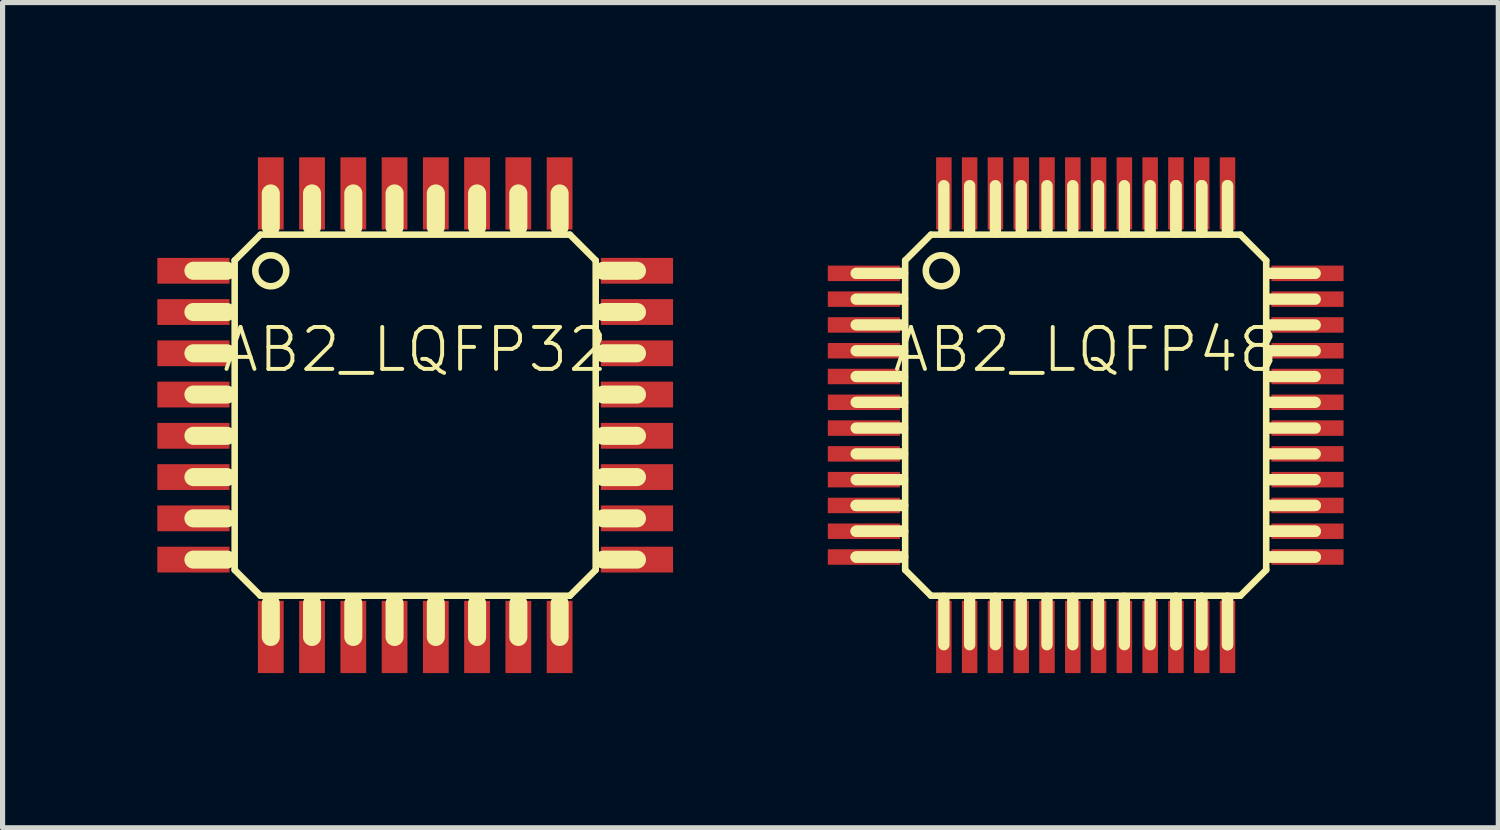
<source format=kicad_pcb>
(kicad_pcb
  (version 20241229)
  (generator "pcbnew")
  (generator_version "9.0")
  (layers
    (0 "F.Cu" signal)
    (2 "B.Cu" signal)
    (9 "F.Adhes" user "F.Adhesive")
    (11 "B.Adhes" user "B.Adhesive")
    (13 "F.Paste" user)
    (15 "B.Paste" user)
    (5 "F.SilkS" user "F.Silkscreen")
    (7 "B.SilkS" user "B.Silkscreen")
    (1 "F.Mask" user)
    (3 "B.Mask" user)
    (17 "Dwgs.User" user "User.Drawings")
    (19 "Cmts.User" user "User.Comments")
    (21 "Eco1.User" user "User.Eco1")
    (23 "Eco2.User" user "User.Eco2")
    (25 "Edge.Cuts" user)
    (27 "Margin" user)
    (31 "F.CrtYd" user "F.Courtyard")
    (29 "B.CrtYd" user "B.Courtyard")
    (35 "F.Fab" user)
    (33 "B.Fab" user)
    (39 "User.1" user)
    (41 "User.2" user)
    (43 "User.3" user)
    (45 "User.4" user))
  (footprint "AB2_LQFP32"
    (layer "F.Cu")
    (at 5 5)
    (property "Reference" "AB2_LQFP32" (at 0 -1.27 0) (layer "F.SilkS") (effects (font (size 0.813 0.813) (thickness 0.076))))
    (attr through_hole)
    (fp_line (start -3.65 -2.8) (end -4.3 -2.8) (stroke (width 0.35) (type solid)) (layer "F.SilkS"))
    (fp_line (start -3.65 -2) (end -4.3 -2) (stroke (width 0.35) (type solid)) (layer "F.SilkS"))
    (fp_line (start -3.65 -1.2) (end -4.3 -1.2) (stroke (width 0.35) (type solid)) (layer "F.SilkS"))
    (fp_line (start -3.65 -0.4) (end -4.3 -0.4) (stroke (width 0.35) (type solid)) (layer "F.SilkS"))
    (fp_line (start -3.65 0.4) (end -4.3 0.4) (stroke (width 0.35) (type solid)) (layer "F.SilkS"))
    (fp_line (start -3.65 1.2) (end -4.3 1.2) (stroke (width 0.35) (type solid)) (layer "F.SilkS"))
    (fp_line (start -3.65 2) (end -4.3 2) (stroke (width 0.35) (type solid)) (layer "F.SilkS"))
    (fp_line (start -3.65 2.8) (end -4.3 2.8) (stroke (width 0.35) (type solid)) (layer "F.SilkS"))
    (fp_line (start -3.5 -3) (end -3 -3.5) (stroke (width 0.127) (type solid)) (layer "F.SilkS"))
    (fp_line (start -3.5 3) (end -3.5 -3) (stroke (width 0.127) (type solid)) (layer "F.SilkS"))
    (fp_line (start -3 -3.5) (end 3 -3.5) (stroke (width 0.127) (type solid)) (layer "F.SilkS"))
    (fp_line (start -3 3.5) (end -3.5 3) (stroke (width 0.127) (type solid)) (layer "F.SilkS"))
    (fp_line (start -2.8 -4.3) (end -2.8 -3.65) (stroke (width 0.35) (type solid)) (layer "F.SilkS"))
    (fp_line (start -2.8 3.65) (end -2.8 4.3) (stroke (width 0.35) (type solid)) (layer "F.SilkS"))
    (fp_line (start -2 -4.3) (end -2 -3.65) (stroke (width 0.35) (type solid)) (layer "F.SilkS"))
    (fp_line (start -2 3.65) (end -2 4.3) (stroke (width 0.35) (type solid)) (layer "F.SilkS"))
    (fp_line (start -1.2 -4.3) (end -1.2 -3.65) (stroke (width 0.35) (type solid)) (layer "F.SilkS"))
    (fp_line (start -1.2 3.65) (end -1.2 4.3) (stroke (width 0.35) (type solid)) (layer "F.SilkS"))
    (fp_line (start -0.4 -4.3) (end -0.4 -3.65) (stroke (width 0.35) (type solid)) (layer "F.SilkS"))
    (fp_line (start -0.4 3.65) (end -0.4 4.3) (stroke (width 0.35) (type solid)) (layer "F.SilkS"))
    (fp_line (start 0.4 -4.3) (end 0.4 -3.65) (stroke (width 0.35) (type solid)) (layer "F.SilkS"))
    (fp_line (start 0.4 3.65) (end 0.4 4.3) (stroke (width 0.35) (type solid)) (layer "F.SilkS"))
    (fp_line (start 1.2 -4.3) (end 1.2 -3.65) (stroke (width 0.35) (type solid)) (layer "F.SilkS"))
    (fp_line (start 1.2 3.65) (end 1.2 4.3) (stroke (width 0.35) (type solid)) (layer "F.SilkS"))
    (fp_line (start 2 -4.3) (end 2 -3.65) (stroke (width 0.35) (type solid)) (layer "F.SilkS"))
    (fp_line (start 2 3.65) (end 2 4.3) (stroke (width 0.35) (type solid)) (layer "F.SilkS"))
    (fp_line (start 2.8 -4.3) (end 2.8 -3.65) (stroke (width 0.35) (type solid)) (layer "F.SilkS"))
    (fp_line (start 2.8 3.65) (end 2.8 4.3) (stroke (width 0.35) (type solid)) (layer "F.SilkS"))
    (fp_line (start 3 -3.5) (end 3.5 -3) (stroke (width 0.127) (type solid)) (layer "F.SilkS"))
    (fp_line (start 3 3.5) (end -3 3.5) (stroke (width 0.127) (type solid)) (layer "F.SilkS"))
    (fp_line (start 3.5 -3) (end 3.5 3) (stroke (width 0.127) (type solid)) (layer "F.SilkS"))
    (fp_line (start 3.5 3) (end 3 3.5) (stroke (width 0.127) (type solid)) (layer "F.SilkS"))
    (fp_line (start 4.3 -2.8) (end 3.65 -2.8) (stroke (width 0.35) (type solid)) (layer "F.SilkS"))
    (fp_line (start 4.3 -2) (end 3.65 -2) (stroke (width 0.35) (type solid)) (layer "F.SilkS"))
    (fp_line (start 4.3 -1.2) (end 3.65 -1.2) (stroke (width 0.35) (type solid)) (layer "F.SilkS"))
    (fp_line (start 4.3 -0.4) (end 3.65 -0.4) (stroke (width 0.35) (type solid)) (layer "F.SilkS"))
    (fp_line (start 4.3 0.4) (end 3.65 0.4) (stroke (width 0.35) (type solid)) (layer "F.SilkS"))
    (fp_line (start 4.3 1.2) (end 3.65 1.2) (stroke (width 0.35) (type solid)) (layer "F.SilkS"))
    (fp_line (start 4.3 2) (end 3.65 2) (stroke (width 0.35) (type solid)) (layer "F.SilkS"))
    (fp_line (start 4.3 2.8) (end 3.65 2.8) (stroke (width 0.35) (type solid)) (layer "F.SilkS"))
    (fp_circle (center -2.8 -2.8) (end -2.8 -3.1) (stroke (width 0.127) (type solid)) (fill no) (layer "F.SilkS"))
    (pad "1" smd rect (at -4.3 -2.8) (size 1.4 0.5) (layers "F.Cu" "F.Mask" "F.Paste"))
    (pad "2" smd rect (at -4.3 -2) (size 1.4 0.5) (layers "F.Cu" "F.Mask" "F.Paste"))
    (pad "3" smd rect (at -4.3 -1.2) (size 1.4 0.5) (layers "F.Cu" "F.Mask" "F.Paste"))
    (pad "4" smd rect (at -4.3 -0.4) (size 1.4 0.5) (layers "F.Cu" "F.Mask" "F.Paste"))
    (pad "5" smd rect (at -4.3 0.4) (size 1.4 0.5) (layers "F.Cu" "F.Mask" "F.Paste"))
    (pad "6" smd rect (at -4.3 1.2) (size 1.4 0.5) (layers "F.Cu" "F.Mask" "F.Paste"))
    (pad "7" smd rect (at -4.3 2) (size 1.4 0.5) (layers "F.Cu" "F.Mask" "F.Paste"))
    (pad "8" smd rect (at -4.3 2.8) (size 1.4 0.5) (layers "F.Cu" "F.Mask" "F.Paste"))
    (pad "9" smd rect (at -2.8 4.3) (size 0.5 1.4) (layers "F.Cu" "F.Mask" "F.Paste"))
    (pad "10" smd rect (at -2 4.3) (size 0.5 1.4) (layers "F.Cu" "F.Mask" "F.Paste"))
    (pad "11" smd rect (at -1.2 4.3) (size 0.5 1.4) (layers "F.Cu" "F.Mask" "F.Paste"))
    (pad "12" smd rect (at -0.4 4.3) (size 0.5 1.4) (layers "F.Cu" "F.Mask" "F.Paste"))
    (pad "13" smd rect (at 0.4 4.3) (size 0.5 1.4) (layers "F.Cu" "F.Mask" "F.Paste"))
    (pad "14" smd rect (at 1.2 4.3) (size 0.5 1.4) (layers "F.Cu" "F.Mask" "F.Paste"))
    (pad "15" smd rect (at 2 4.3) (size 0.5 1.4) (layers "F.Cu" "F.Mask" "F.Paste"))
    (pad "16" smd rect (at 2.8 4.3) (size 0.5 1.4) (layers "F.Cu" "F.Mask" "F.Paste"))
    (pad "17" smd rect (at 4.3 2.8) (size 1.4 0.5) (layers "F.Cu" "F.Mask" "F.Paste"))
    (pad "18" smd rect (at 4.3 2) (size 1.4 0.5) (layers "F.Cu" "F.Mask" "F.Paste"))
    (pad "19" smd rect (at 4.3 1.2) (size 1.4 0.5) (layers "F.Cu" "F.Mask" "F.Paste"))
    (pad "20" smd rect (at 4.3 0.4) (size 1.4 0.5) (layers "F.Cu" "F.Mask" "F.Paste"))
    (pad "21" smd rect (at 4.3 -0.4) (size 1.4 0.5) (layers "F.Cu" "F.Mask" "F.Paste"))
    (pad "22" smd rect (at 4.3 -1.2) (size 1.4 0.5) (layers "F.Cu" "F.Mask" "F.Paste"))
    (pad "23" smd rect (at 4.3 -2) (size 1.4 0.5) (layers "F.Cu" "F.Mask" "F.Paste"))
    (pad "24" smd rect (at 4.3 -2.8) (size 1.4 0.5) (layers "F.Cu" "F.Mask" "F.Paste"))
    (pad "25" smd rect (at 2.8 -4.3) (size 0.5 1.4) (layers "F.Cu" "F.Mask" "F.Paste"))
    (pad "26" smd rect (at 2 -4.3) (size 0.5 1.4) (layers "F.Cu" "F.Mask" "F.Paste"))
    (pad "27" smd rect (at 1.2 -4.3) (size 0.5 1.4) (layers "F.Cu" "F.Mask" "F.Paste"))
    (pad "28" smd rect (at 0.4 -4.3) (size 0.5 1.4) (layers "F.Cu" "F.Mask" "F.Paste"))
    (pad "29" smd rect (at -0.4 -4.3) (size 0.5 1.4) (layers "F.Cu" "F.Mask" "F.Paste"))
    (pad "30" smd rect (at -1.2 -4.3) (size 0.5 1.4) (layers "F.Cu" "F.Mask" "F.Paste"))
    (pad "31" smd rect (at -2 -4.3) (size 0.5 1.4) (layers "F.Cu" "F.Mask" "F.Paste"))
    (pad "32" smd rect (at -2.8 -4.3) (size 0.5 1.4) (layers "F.Cu" "F.Mask" "F.Paste")))
  (footprint "AB2_LQFP48"
    (layer "F.Cu")
    (at 18 5)
    (property "Reference" "AB2_LQFP48" (at 0 -1.27 0) (layer "F.SilkS") (effects (font (size 0.813 0.813) (thickness 0.076))))
    (attr through_hole)
    (fp_line (start -3.55 -2.75) (end -4.45 -2.75) (stroke (width 0.22) (type solid)) (layer "F.SilkS"))
    (fp_line (start -3.55 -2.25) (end -4.45 -2.25) (stroke (width 0.22) (type solid)) (layer "F.SilkS"))
    (fp_line (start -3.55 -1.75) (end -4.45 -1.75) (stroke (width 0.22) (type solid)) (layer "F.SilkS"))
    (fp_line (start -3.55 -1.25) (end -4.45 -1.25) (stroke (width 0.22) (type solid)) (layer "F.SilkS"))
    (fp_line (start -3.55 -0.75) (end -4.45 -0.75) (stroke (width 0.22) (type solid)) (layer "F.SilkS"))
    (fp_line (start -3.55 -0.25) (end -4.45 -0.25) (stroke (width 0.22) (type solid)) (layer "F.SilkS"))
    (fp_line (start -3.55 0.25) (end -4.45 0.25) (stroke (width 0.22) (type solid)) (layer "F.SilkS"))
    (fp_line (start -3.55 0.75) (end -4.45 0.75) (stroke (width 0.22) (type solid)) (layer "F.SilkS"))
    (fp_line (start -3.55 1.25) (end -4.45 1.25) (stroke (width 0.22) (type solid)) (layer "F.SilkS"))
    (fp_line (start -3.55 1.75) (end -4.45 1.75) (stroke (width 0.22) (type solid)) (layer "F.SilkS"))
    (fp_line (start -3.55 1.75) (end -4.45 1.75) (stroke (width 0.22) (type solid)) (layer "F.SilkS"))
    (fp_line (start -3.55 2.25) (end -4.45 2.25) (stroke (width 0.22) (type solid)) (layer "F.SilkS"))
    (fp_line (start -3.55 2.25) (end -4.45 2.25) (stroke (width 0.22) (type solid)) (layer "F.SilkS"))
    (fp_line (start -3.55 2.75) (end -4.45 2.75) (stroke (width 0.22) (type solid)) (layer "F.SilkS"))
    (fp_line (start -3.55 2.75) (end -4.45 2.75) (stroke (width 0.22) (type solid)) (layer "F.SilkS"))
    (fp_line (start -3.5 -3) (end -3 -3.5) (stroke (width 0.127) (type solid)) (layer "F.SilkS"))
    (fp_line (start -3.5 3) (end -3.5 -3) (stroke (width 0.127) (type solid)) (layer "F.SilkS"))
    (fp_line (start -3 -3.5) (end 3 -3.5) (stroke (width 0.127) (type solid)) (layer "F.SilkS"))
    (fp_line (start -3 3.5) (end -3.5 3) (stroke (width 0.127) (type solid)) (layer "F.SilkS"))
    (fp_line (start -2.75 -4.45) (end -2.75 -3.55) (stroke (width 0.22) (type solid)) (layer "F.SilkS"))
    (fp_line (start -2.75 3.55) (end -2.75 4.45) (stroke (width 0.22) (type solid)) (layer "F.SilkS"))
    (fp_line (start -2.25 -4.45) (end -2.25 -3.55) (stroke (width 0.22) (type solid)) (layer "F.SilkS"))
    (fp_line (start -2.25 3.55) (end -2.25 4.45) (stroke (width 0.22) (type solid)) (layer "F.SilkS"))
    (fp_line (start -1.75 -4.45) (end -1.75 -3.55) (stroke (width 0.22) (type solid)) (layer "F.SilkS"))
    (fp_line (start -1.75 3.55) (end -1.75 4.45) (stroke (width 0.22) (type solid)) (layer "F.SilkS"))
    (fp_line (start -1.25 -4.45) (end -1.25 -3.55) (stroke (width 0.22) (type solid)) (layer "F.SilkS"))
    (fp_line (start -1.25 3.55) (end -1.25 4.45) (stroke (width 0.22) (type solid)) (layer "F.SilkS"))
    (fp_line (start -0.75 -4.45) (end -0.75 -3.55) (stroke (width 0.22) (type solid)) (layer "F.SilkS"))
    (fp_line (start -0.75 3.55) (end -0.75 4.45) (stroke (width 0.22) (type solid)) (layer "F.SilkS"))
    (fp_line (start -0.25 -4.45) (end -0.25 -3.55) (stroke (width 0.22) (type solid)) (layer "F.SilkS"))
    (fp_line (start -0.25 3.55) (end -0.25 4.45) (stroke (width 0.22) (type solid)) (layer "F.SilkS"))
    (fp_line (start 0.25 -4.45) (end 0.25 -3.55) (stroke (width 0.22) (type solid)) (layer "F.SilkS"))
    (fp_line (start 0.25 3.55) (end 0.25 4.45) (stroke (width 0.22) (type solid)) (layer "F.SilkS"))
    (fp_line (start 0.75 -4.45) (end 0.75 -3.55) (stroke (width 0.22) (type solid)) (layer "F.SilkS"))
    (fp_line (start 0.75 3.55) (end 0.75 4.45) (stroke (width 0.22) (type solid)) (layer "F.SilkS"))
    (fp_line (start 1.25 -4.45) (end 1.25 -3.55) (stroke (width 0.22) (type solid)) (layer "F.SilkS"))
    (fp_line (start 1.25 3.55) (end 1.25 4.45) (stroke (width 0.22) (type solid)) (layer "F.SilkS"))
    (fp_line (start 1.75 -4.45) (end 1.75 -3.55) (stroke (width 0.22) (type solid)) (layer "F.SilkS"))
    (fp_line (start 1.75 -4.45) (end 1.75 -3.55) (stroke (width 0.22) (type solid)) (layer "F.SilkS"))
    (fp_line (start 1.75 3.55) (end 1.75 4.45) (stroke (width 0.22) (type solid)) (layer "F.SilkS"))
    (fp_line (start 1.75 3.55) (end 1.75 4.45) (stroke (width 0.22) (type solid)) (layer "F.SilkS"))
    (fp_line (start 2.25 -4.45) (end 2.25 -3.55) (stroke (width 0.22) (type solid)) (layer "F.SilkS"))
    (fp_line (start 2.25 -4.45) (end 2.25 -3.55) (stroke (width 0.22) (type solid)) (layer "F.SilkS"))
    (fp_line (start 2.25 3.55) (end 2.25 4.45) (stroke (width 0.22) (type solid)) (layer "F.SilkS"))
    (fp_line (start 2.25 3.55) (end 2.25 4.45) (stroke (width 0.22) (type solid)) (layer "F.SilkS"))
    (fp_line (start 2.75 -4.45) (end 2.75 -3.55) (stroke (width 0.22) (type solid)) (layer "F.SilkS"))
    (fp_line (start 2.75 -4.45) (end 2.75 -3.55) (stroke (width 0.22) (type solid)) (layer "F.SilkS"))
    (fp_line (start 2.75 3.55) (end 2.75 4.45) (stroke (width 0.22) (type solid)) (layer "F.SilkS"))
    (fp_line (start 2.75 3.55) (end 2.75 4.45) (stroke (width 0.22) (type solid)) (layer "F.SilkS"))
    (fp_line (start 3 -3.5) (end 3.5 -3) (stroke (width 0.127) (type solid)) (layer "F.SilkS"))
    (fp_line (start 3 3.5) (end -3 3.5) (stroke (width 0.127) (type solid)) (layer "F.SilkS"))
    (fp_line (start 3.5 -3) (end 3.5 3) (stroke (width 0.127) (type solid)) (layer "F.SilkS"))
    (fp_line (start 3.5 3) (end 3 3.5) (stroke (width 0.127) (type solid)) (layer "F.SilkS"))
    (fp_line (start 4.45 -2.75) (end 3.55 -2.75) (stroke (width 0.22) (type solid)) (layer "F.SilkS"))
    (fp_line (start 4.45 -2.25) (end 3.55 -2.25) (stroke (width 0.22) (type solid)) (layer "F.SilkS"))
    (fp_line (start 4.45 -1.75) (end 3.55 -1.75) (stroke (width 0.22) (type solid)) (layer "F.SilkS"))
    (fp_line (start 4.45 -1.25) (end 3.55 -1.25) (stroke (width 0.22) (type solid)) (layer "F.SilkS"))
    (fp_line (start 4.45 -0.75) (end 3.55 -0.75) (stroke (width 0.22) (type solid)) (layer "F.SilkS"))
    (fp_line (start 4.45 -0.25) (end 3.55 -0.25) (stroke (width 0.22) (type solid)) (layer "F.SilkS"))
    (fp_line (start 4.45 0.25) (end 3.55 0.25) (stroke (width 0.22) (type solid)) (layer "F.SilkS"))
    (fp_line (start 4.45 0.75) (end 3.55 0.75) (stroke (width 0.22) (type solid)) (layer "F.SilkS"))
    (fp_line (start 4.45 1.25) (end 3.55 1.25) (stroke (width 0.22) (type solid)) (layer "F.SilkS"))
    (fp_line (start 4.45 1.75) (end 3.55 1.75) (stroke (width 0.22) (type solid)) (layer "F.SilkS"))
    (fp_line (start 4.45 1.75) (end 3.55 1.75) (stroke (width 0.22) (type solid)) (layer "F.SilkS"))
    (fp_line (start 4.45 2.25) (end 3.55 2.25) (stroke (width 0.22) (type solid)) (layer "F.SilkS"))
    (fp_line (start 4.45 2.25) (end 3.55 2.25) (stroke (width 0.22) (type solid)) (layer "F.SilkS"))
    (fp_line (start 4.45 2.75) (end 3.55 2.75) (stroke (width 0.22) (type solid)) (layer "F.SilkS"))
    (fp_line (start 4.45 2.75) (end 3.55 2.75) (stroke (width 0.22) (type solid)) (layer "F.SilkS"))
    (fp_circle (center -2.8 -2.8) (end -2.8 -3.1) (stroke (width 0.127) (type solid)) (fill no) (layer "F.SilkS"))
    (pad "1" smd rect (at -4.3 -2.75) (size 1.4 0.3) (layers "F.Cu" "F.Mask" "F.Paste"))
    (pad "2" smd rect (at -4.3 -2.25) (size 1.4 0.3) (layers "F.Cu" "F.Mask" "F.Paste"))
    (pad "3" smd rect (at -4.3 -1.75) (size 1.4 0.3) (layers "F.Cu" "F.Mask" "F.Paste"))
    (pad "4" smd rect (at -4.3 -1.25) (size 1.4 0.3) (layers "F.Cu" "F.Mask" "F.Paste"))
    (pad "5" smd rect (at -4.3 -0.75) (size 1.4 0.3) (layers "F.Cu" "F.Mask" "F.Paste"))
    (pad "6" smd rect (at -4.3 -0.25) (size 1.4 0.3) (layers "F.Cu" "F.Mask" "F.Paste"))
    (pad "7" smd rect (at -4.3 0.25) (size 1.4 0.3) (layers "F.Cu" "F.Mask" "F.Paste"))
    (pad "8" smd rect (at -4.3 0.75) (size 1.4 0.3) (layers "F.Cu" "F.Mask" "F.Paste"))
    (pad "9" smd rect (at -4.3 1.25) (size 1.4 0.3) (layers "F.Cu" "F.Mask" "F.Paste"))
    (pad "10" smd rect (at -4.3 1.75) (size 1.4 0.3) (layers "F.Cu" "F.Mask" "F.Paste"))
    (pad "11" smd rect (at -4.3 2.25) (size 1.4 0.3) (layers "F.Cu" "F.Mask" "F.Paste"))
    (pad "12" smd rect (at -4.3 2.75) (size 1.4 0.3) (layers "F.Cu" "F.Mask" "F.Paste"))
    (pad "13" smd rect (at -2.75 4.3) (size 0.3 1.4) (layers "F.Cu" "F.Mask" "F.Paste"))
    (pad "14" smd rect (at -2.25 4.3) (size 0.3 1.4) (layers "F.Cu" "F.Mask" "F.Paste"))
    (pad "15" smd rect (at -1.75 4.3) (size 0.3 1.4) (layers "F.Cu" "F.Mask" "F.Paste"))
    (pad "16" smd rect (at -1.25 4.3) (size 0.3 1.4) (layers "F.Cu" "F.Mask" "F.Paste"))
    (pad "17" smd rect (at -0.75 4.3) (size 0.3 1.4) (layers "F.Cu" "F.Mask" "F.Paste"))
    (pad "18" smd rect (at -0.25 4.3) (size 0.3 1.4) (layers "F.Cu" "F.Mask" "F.Paste"))
    (pad "19" smd rect (at 0.25 4.3) (size 0.3 1.4) (layers "F.Cu" "F.Mask" "F.Paste"))
    (pad "20" smd rect (at 0.75 4.3) (size 0.3 1.4) (layers "F.Cu" "F.Mask" "F.Paste"))
    (pad "21" smd rect (at 1.25 4.3) (size 0.3 1.4) (layers "F.Cu" "F.Mask" "F.Paste"))
    (pad "22" smd rect (at 1.75 4.3) (size 0.3 1.4) (layers "F.Cu" "F.Mask" "F.Paste"))
    (pad "23" smd rect (at 2.25 4.3) (size 0.3 1.4) (layers "F.Cu" "F.Mask" "F.Paste"))
    (pad "24" smd rect (at 2.75 4.3) (size 0.3 1.4) (layers "F.Cu" "F.Mask" "F.Paste"))
    (pad "25" smd rect (at 4.3 2.75) (size 1.4 0.3) (layers "F.Cu" "F.Mask" "F.Paste"))
    (pad "26" smd rect (at 4.3 2.25) (size 1.4 0.3) (layers "F.Cu" "F.Mask" "F.Paste"))
    (pad "27" smd rect (at 4.3 1.75) (size 1.4 0.3) (layers "F.Cu" "F.Mask" "F.Paste"))
    (pad "28" smd rect (at 4.3 1.25) (size 1.4 0.3) (layers "F.Cu" "F.Mask" "F.Paste"))
    (pad "29" smd rect (at 4.3 0.75) (size 1.4 0.3) (layers "F.Cu" "F.Mask" "F.Paste"))
    (pad "30" smd rect (at 4.3 0.25) (size 1.4 0.3) (layers "F.Cu" "F.Mask" "F.Paste"))
    (pad "31" smd rect (at 4.3 -0.25) (size 1.4 0.3) (layers "F.Cu" "F.Mask" "F.Paste"))
    (pad "32" smd rect (at 4.3 -0.75) (size 1.4 0.3) (layers "F.Cu" "F.Mask" "F.Paste"))
    (pad "33" smd rect (at 4.3 -1.25) (size 1.4 0.3) (layers "F.Cu" "F.Mask" "F.Paste"))
    (pad "34" smd rect (at 4.3 -1.75) (size 1.4 0.3) (layers "F.Cu" "F.Mask" "F.Paste"))
    (pad "35" smd rect (at 4.3 -2.25) (size 1.4 0.3) (layers "F.Cu" "F.Mask" "F.Paste"))
    (pad "36" smd rect (at 4.3 -2.75) (size 1.4 0.3) (layers "F.Cu" "F.Mask" "F.Paste"))
    (pad "37" smd rect (at 2.75 -4.3) (size 0.3 1.4) (layers "F.Cu" "F.Mask" "F.Paste"))
    (pad "38" smd rect (at 2.25 -4.3) (size 0.3 1.4) (layers "F.Cu" "F.Mask" "F.Paste"))
    (pad "39" smd rect (at 1.75 -4.3) (size 0.3 1.4) (layers "F.Cu" "F.Mask" "F.Paste"))
    (pad "40" smd rect (at 1.25 -4.3) (size 0.3 1.4) (layers "F.Cu" "F.Mask" "F.Paste"))
    (pad "41" smd rect (at 0.75 -4.3) (size 0.3 1.4) (layers "F.Cu" "F.Mask" "F.Paste"))
    (pad "42" smd rect (at 0.25 -4.3) (size 0.3 1.4) (layers "F.Cu" "F.Mask" "F.Paste"))
    (pad "43" smd rect (at -0.25 -4.3) (size 0.3 1.4) (layers "F.Cu" "F.Mask" "F.Paste"))
    (pad "44" smd rect (at -0.75 -4.3) (size 0.3 1.4) (layers "F.Cu" "F.Mask" "F.Paste"))
    (pad "45" smd rect (at -1.25 -4.3) (size 0.3 1.4) (layers "F.Cu" "F.Mask" "F.Paste"))
    (pad "46" smd rect (at -1.75 -4.3) (size 0.3 1.4) (layers "F.Cu" "F.Mask" "F.Paste"))
    (pad "47" smd rect (at -2.25 -4.3) (size 0.3 1.4) (layers "F.Cu" "F.Mask" "F.Paste"))
    (pad "48" smd rect (at -2.75 -4.3) (size 0.3 1.4) (layers "F.Cu" "F.Mask" "F.Paste")))
  (gr_rect
    (start -3 -3)
    (end 26 13)
    (stroke (width 0.1) (type default))
    (fill no)
    (layer "Edge.Cuts")))
</source>
